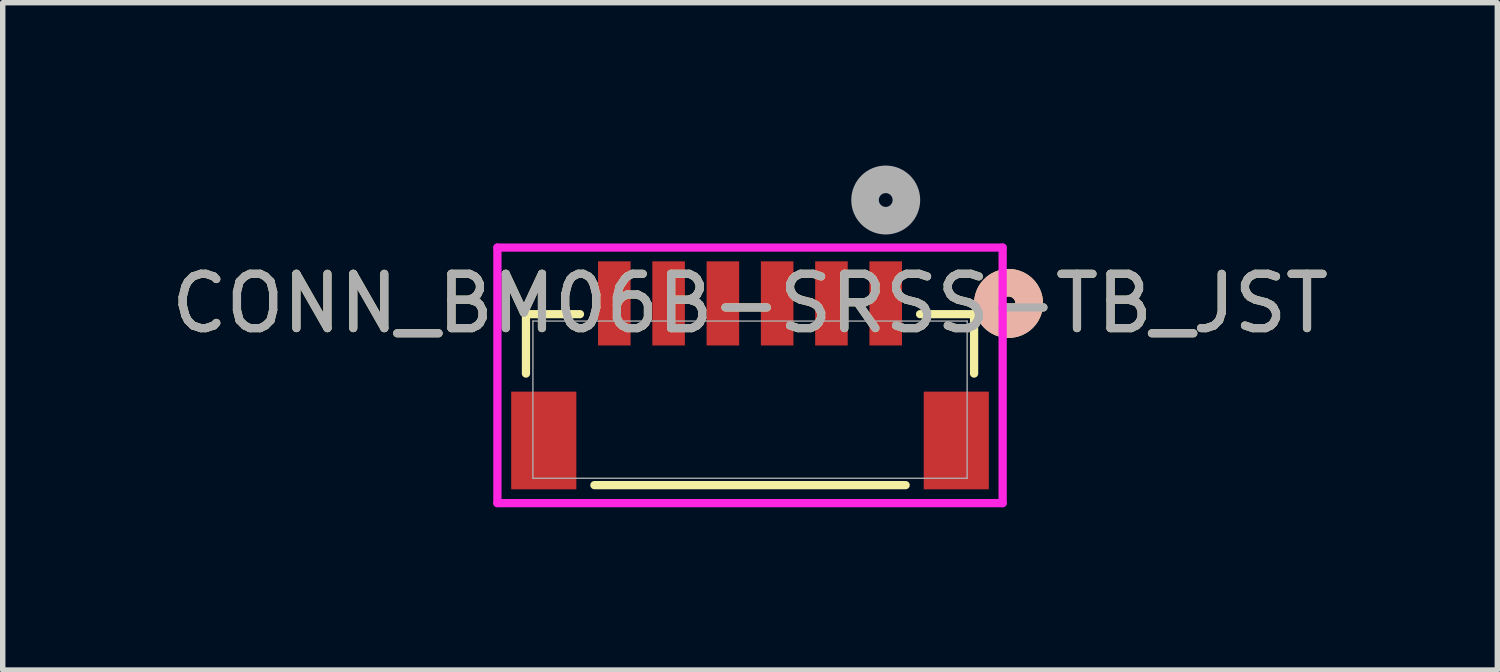
<source format=kicad_pcb>
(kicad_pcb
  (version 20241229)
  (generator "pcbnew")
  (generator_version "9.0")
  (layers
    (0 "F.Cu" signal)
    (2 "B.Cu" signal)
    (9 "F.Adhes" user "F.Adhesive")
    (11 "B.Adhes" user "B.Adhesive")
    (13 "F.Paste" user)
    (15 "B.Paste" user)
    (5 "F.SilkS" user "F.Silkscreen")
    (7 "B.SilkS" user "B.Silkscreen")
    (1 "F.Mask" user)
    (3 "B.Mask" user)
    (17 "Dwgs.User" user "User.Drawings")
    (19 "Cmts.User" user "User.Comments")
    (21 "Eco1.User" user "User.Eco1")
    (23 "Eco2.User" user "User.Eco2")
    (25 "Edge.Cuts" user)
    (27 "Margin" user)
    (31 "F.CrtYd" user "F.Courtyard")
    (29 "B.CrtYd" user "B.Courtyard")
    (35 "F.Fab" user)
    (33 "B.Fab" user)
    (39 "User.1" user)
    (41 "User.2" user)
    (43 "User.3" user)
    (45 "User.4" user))
  (footprint "CONN_BM06B-SRSS-TB_JST"
    (layer "F.Cu")
    (at 10.768 4.313)
    (property "Reference" "CONN_BM06B-SRSS-TB_JST" (at 0 -1.773 0) (unlocked yes) (layer "F.SilkS") (effects (font (size 1 1) (thickness 0.15))))
    (attr smd)
    (fp_line (start -4.128 -1.575) (end -4.128 -0.481) (stroke (width 0.152) (type solid)) (layer "F.SilkS"))
    (fp_line (start -3.133 -1.575) (end -4.128 -1.575) (stroke (width 0.152) (type solid)) (layer "F.SilkS"))
    (fp_line (start -2.867 1.575) (end 2.867 1.575) (stroke (width 0.152) (type solid)) (layer "F.SilkS"))
    (fp_line (start 4.128 -1.575) (end 3.133 -1.575) (stroke (width 0.152) (type solid)) (layer "F.SilkS"))
    (fp_line (start 4.128 -0.481) (end 4.128 -1.575) (stroke (width 0.152) (type solid)) (layer "F.SilkS"))
    (fp_circle (center 4.763 -1.773) (end 5.144 -1.773) (stroke (width 0.508) (type solid)) (fill no) (layer "F.SilkS"))
    (fp_circle (center 4.763 -1.773) (end 5.144 -1.773) (stroke (width 0.508) (type solid)) (fill no) (layer "B.SilkS"))
    (fp_line (start -4.654 -2.802) (end -4.654 1.906) (stroke (width 0.152) (type solid)) (layer "F.CrtYd"))
    (fp_line (start -4.654 1.906) (end 4.654 1.906) (stroke (width 0.152) (type solid)) (layer "F.CrtYd"))
    (fp_line (start 4.654 -2.802) (end -4.654 -2.802) (stroke (width 0.152) (type solid)) (layer "F.CrtYd"))
    (fp_line (start 4.654 1.906) (end 4.654 -2.802) (stroke (width 0.152) (type solid)) (layer "F.CrtYd"))
    (fp_line (start -4 -1.448) (end -4 1.448) (stroke (width 0.025) (type solid)) (layer "F.Fab"))
    (fp_line (start -4 1.448) (end 4 1.448) (stroke (width 0.025) (type solid)) (layer "F.Fab"))
    (fp_line (start 4 -1.448) (end -4 -1.448) (stroke (width 0.025) (type solid)) (layer "F.Fab"))
    (fp_line (start 4 1.448) (end 4 -1.448) (stroke (width 0.025) (type solid)) (layer "F.Fab"))
    (fp_circle (center 2.5 -3.678) (end 2.881 -3.678) (stroke (width 0.508) (type solid)) (fill no) (layer "F.Fab"))
    (fp_text user "${REFERENCE}" (at 0 -1.773 0) (unlocked yes) (layer "F.Fab") (effects (font (size 1 1) (thickness 0.15))))
    (pad "1" smd rect (at 2.5 -1.773) (size 0.6 1.55) (layers "F.Cu" "F.Mask" "F.Paste"))
    (pad "2" smd rect (at 1.5 -1.773) (size 0.6 1.55) (layers "F.Cu" "F.Mask" "F.Paste"))
    (pad "3" smd rect (at 0.5 -1.773) (size 0.6 1.55) (layers "F.Cu" "F.Mask" "F.Paste"))
    (pad "4" smd rect (at -0.5 -1.773) (size 0.6 1.55) (layers "F.Cu" "F.Mask" "F.Paste"))
    (pad "5" smd rect (at -1.5 -1.773) (size 0.6 1.55) (layers "F.Cu" "F.Mask" "F.Paste"))
    (pad "6" smd rect (at -2.5 -1.773) (size 0.6 1.55) (layers "F.Cu" "F.Mask" "F.Paste"))
    (pad "7" smd rect (at -3.8 0.752) (size 1.2 1.8) (layers "F.Cu" "F.Mask" "F.Paste"))
    (pad "8" smd rect (at 3.8 0.752) (size 1.2 1.8) (layers "F.Cu" "F.Mask" "F.Paste")))
  (gr_rect
    (start -3 -3)
    (end 24.536 9.295)
    (stroke (width 0.1) (type default))
    (fill no)
    (layer "Edge.Cuts")))
</source>
